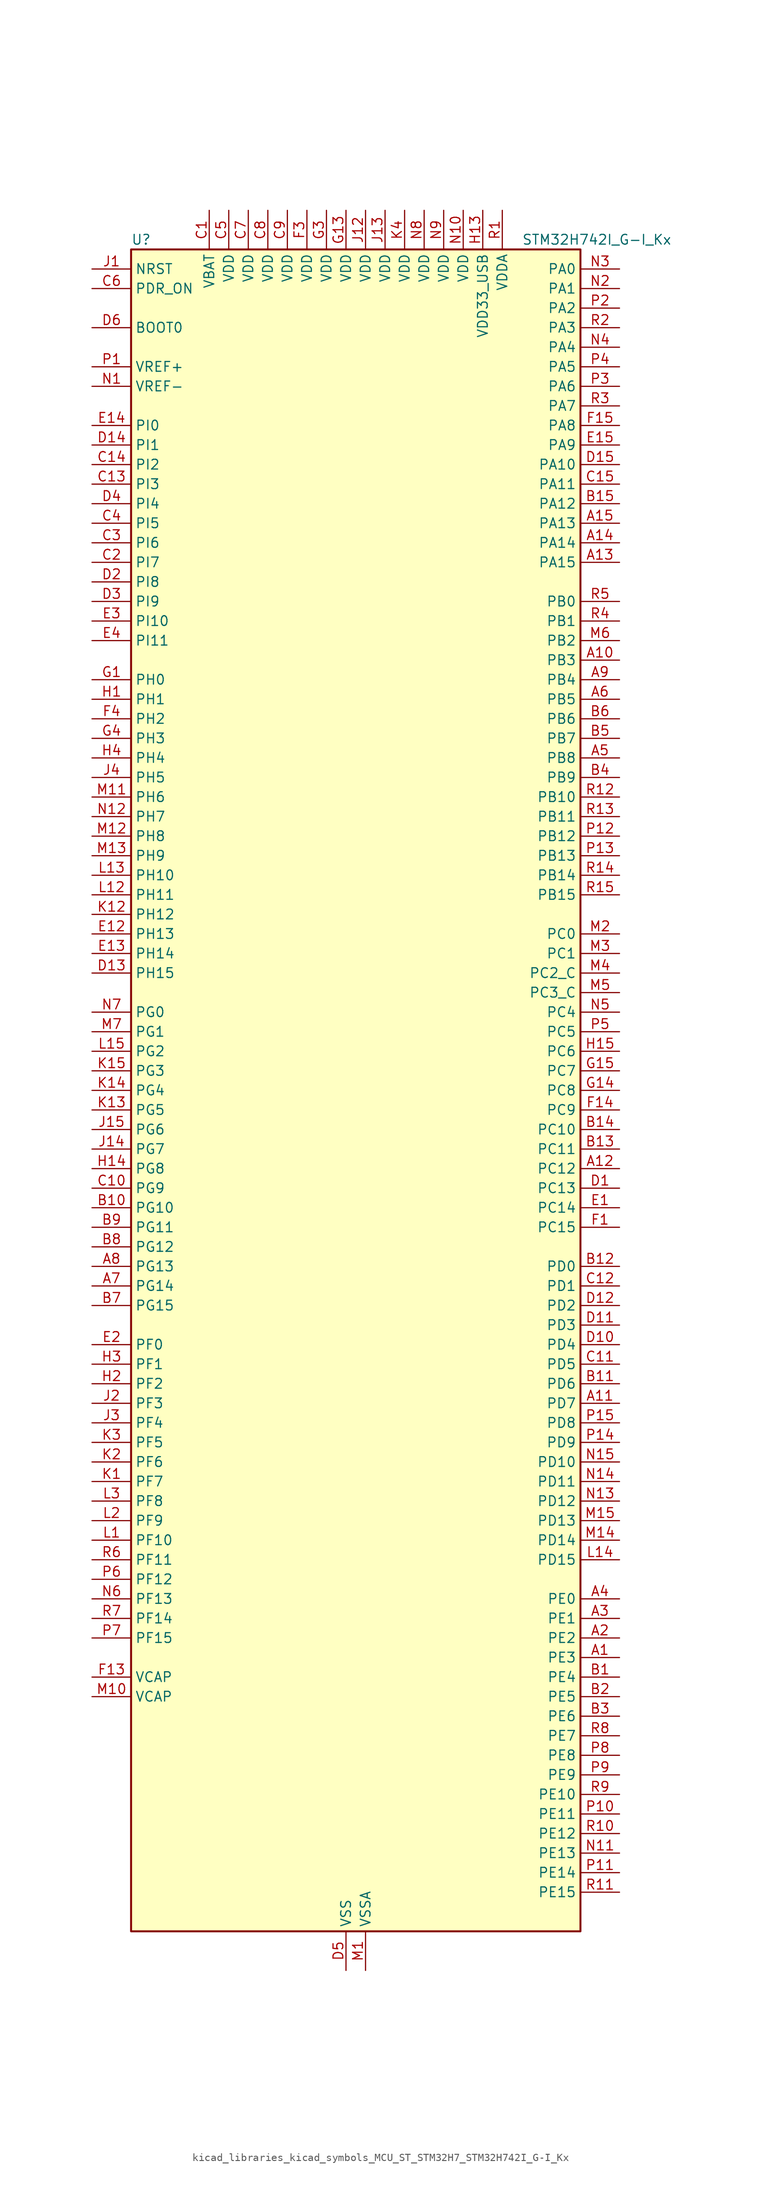
<source format=kicad_sym>
(kicad_symbol_lib
  (version 20220914)
  (generator kicad_symbol_editor)
  (symbol "kicad_libraries_kicad_symbols_MCU_ST_STM32H7_STM32H742I_G-I_Kx"
    (property "Reference" "U"
      (at -27.94 110.49 0)
      (effects (font (size 1.27 1.27)) (justify left)))
    (property "Value" "STM32H742I_G-I_Kx"
      (at 22.86 110.49 0)
      (effects (font (size 1.27 1.27)) (justify left)))
    (property "ki_locked" ""
      (at 0 0 0)
      (effects (font (size 1.27 1.27))))
    (symbol "kicad_libraries_kicad_symbols_MCU_ST_STM32H7_STM32H742I_G-I_Kx_0_1"
      (rectangle (start -27.94 -109.22) (end 30.48 109.22) (stroke (width 0.254) (type default)) (fill (type background))))
    (symbol "kicad_libraries_kicad_symbols_MCU_ST_STM32H7_STM32H742I_G-I_Kx_1_1"
      (pin bidirectional line (at 35.56 -73.66 180) (length 5.08) (name "PE3" (effects (font (size 1.27 1.27)))) (number "A1" (effects (font (size 1.27 1.27)))) (alternate "DEBUG_TRACED0" bidirectional line) (alternate "FMC_A19" bidirectional line) (alternate "SAI1_SD_B" bidirectional line) (alternate "SAI4_SD_B" bidirectional line) (alternate "TIM15_BKIN" bidirectional line))
      (pin bidirectional line (at 35.56 55.88 180) (length 5.08) (name "PB3" (effects (font (size 1.27 1.27)))) (number "A10" (effects (font (size 1.27 1.27)))) (alternate "CRS_SYNC" bidirectional line) (alternate "DEBUG_JTDO-SWO" bidirectional line) (alternate "HRTIM_FLT4" bidirectional line) (alternate "I2S1_CK" bidirectional line) (alternate "I2S3_CK" bidirectional line) (alternate "SDMMC2_D2" bidirectional line) (alternate "SPI1_SCK" bidirectional line) (alternate "SPI3_SCK" bidirectional line) (alternate "SPI6_SCK" bidirectional line) (alternate "TIM2_CH2" bidirectional line) (alternate "UART7_RX" bidirectional line))
      (pin bidirectional line (at 35.56 -40.64 180) (length 5.08) (name "PD7" (effects (font (size 1.27 1.27)))) (number "A11" (effects (font (size 1.27 1.27)))) (alternate "DFSDM1_CKIN1" bidirectional line) (alternate "DFSDM1_DATIN4" bidirectional line) (alternate "FMC_NE1" bidirectional line) (alternate "I2S1_SDO" bidirectional line) (alternate "SDMMC2_CMD" bidirectional line) (alternate "SPDIFRX1_IN0" bidirectional line) (alternate "SPI1_MOSI" bidirectional line) (alternate "USART2_CK" bidirectional line))
      (pin bidirectional line (at 35.56 -10.16 180) (length 5.08) (name "PC12" (effects (font (size 1.27 1.27)))) (number "A12" (effects (font (size 1.27 1.27)))) (alternate "DCMI_D9" bidirectional line) (alternate "DEBUG_TRACED3" bidirectional line) (alternate "HRTIM_EEV2" bidirectional line) (alternate "I2S3_SDO" bidirectional line) (alternate "SDMMC1_CK" bidirectional line) (alternate "SPI3_MOSI" bidirectional line) (alternate "UART5_TX" bidirectional line) (alternate "USART3_CK" bidirectional line))
      (pin bidirectional line (at 35.56 68.58 180) (length 5.08) (name "PA15" (effects (font (size 1.27 1.27)))) (number "A13" (effects (font (size 1.27 1.27)))) (alternate "ADC1_EXTI15" bidirectional line) (alternate "ADC2_EXTI15" bidirectional line) (alternate "ADC3_EXTI15" bidirectional line) (alternate "CEC" bidirectional line) (alternate "DEBUG_JTDI" bidirectional line) (alternate "HRTIM_FLT1" bidirectional line) (alternate "I2S1_WS" bidirectional line) (alternate "I2S3_WS" bidirectional line) (alternate "SPI1_NSS" bidirectional line) (alternate "SPI3_NSS" bidirectional line) (alternate "SPI6_NSS" bidirectional line) (alternate "TIM2_CH1" bidirectional line) (alternate "TIM2_ETR" bidirectional line) (alternate "UART4_DE" bidirectional line) (alternate "UART4_RTS" bidirectional line) (alternate "UART7_TX" bidirectional line))
      (pin bidirectional line (at 35.56 71.12 180) (length 5.08) (name "PA14" (effects (font (size 1.27 1.27)))) (number "A14" (effects (font (size 1.27 1.27)))) (alternate "DEBUG_JTCK-SWCLK" bidirectional line))
      (pin bidirectional line (at 35.56 73.66 180) (length 5.08) (name "PA13" (effects (font (size 1.27 1.27)))) (number "A15" (effects (font (size 1.27 1.27)))) (alternate "DEBUG_JTMS-SWDIO" bidirectional line))
      (pin bidirectional line (at 35.56 -71.12 180) (length 5.08) (name "PE2" (effects (font (size 1.27 1.27)))) (number "A2" (effects (font (size 1.27 1.27)))) (alternate "DEBUG_TRACECLK" bidirectional line) (alternate "ETH_TXD3" bidirectional line) (alternate "FMC_A23" bidirectional line) (alternate "QUADSPI_BK1_IO2" bidirectional line) (alternate "SAI1_CK1" bidirectional line) (alternate "SAI1_MCLK_A" bidirectional line) (alternate "SAI4_CK1" bidirectional line) (alternate "SAI4_MCLK_A" bidirectional line) (alternate "SPI4_SCK" bidirectional line))
      (pin bidirectional line (at 35.56 -68.58 180) (length 5.08) (name "PE1" (effects (font (size 1.27 1.27)))) (number "A3" (effects (font (size 1.27 1.27)))) (alternate "DCMI_D3" bidirectional line) (alternate "FMC_NBL1" bidirectional line) (alternate "HRTIM_SCOUT" bidirectional line) (alternate "LPTIM1_IN2" bidirectional line) (alternate "UART8_TX" bidirectional line))
      (pin bidirectional line (at 35.56 -66.04 180) (length 5.08) (name "PE0" (effects (font (size 1.27 1.27)))) (number "A4" (effects (font (size 1.27 1.27)))) (alternate "DCMI_D2" bidirectional line) (alternate "FMC_NBL0" bidirectional line) (alternate "HRTIM_SCIN" bidirectional line) (alternate "LPTIM1_ETR" bidirectional line) (alternate "LPTIM2_ETR" bidirectional line) (alternate "SAI2_MCLK_A" bidirectional line) (alternate "TIM4_ETR" bidirectional line) (alternate "UART8_RX" bidirectional line))
      (pin bidirectional line (at 35.56 43.18 180) (length 5.08) (name "PB8" (effects (font (size 1.27 1.27)))) (number "A5" (effects (font (size 1.27 1.27)))) (alternate "DCMI_D6" bidirectional line) (alternate "DFSDM1_CKIN7" bidirectional line) (alternate "ETH_TXD3" bidirectional line) (alternate "FDCAN1_RX" bidirectional line) (alternate "I2C1_SCL" bidirectional line) (alternate "I2C4_SCL" bidirectional line) (alternate "SDMMC1_CKIN" bidirectional line) (alternate "SDMMC1_D4" bidirectional line) (alternate "SDMMC2_D4" bidirectional line) (alternate "TIM16_CH1" bidirectional line) (alternate "TIM4_CH3" bidirectional line) (alternate "UART4_RX" bidirectional line))
      (pin bidirectional line (at 35.56 50.8 180) (length 5.08) (name "PB5" (effects (font (size 1.27 1.27)))) (number "A6" (effects (font (size 1.27 1.27)))) (alternate "DCMI_D10" bidirectional line) (alternate "ETH_PPS_OUT" bidirectional line) (alternate "FDCAN2_RX" bidirectional line) (alternate "FMC_SDCKE1" bidirectional line) (alternate "HRTIM_EEV7" bidirectional line) (alternate "I2C1_SMBA" bidirectional line) (alternate "I2C4_SMBA" bidirectional line) (alternate "I2S1_SDO" bidirectional line) (alternate "I2S3_SDO" bidirectional line) (alternate "SPI1_MOSI" bidirectional line) (alternate "SPI3_MOSI" bidirectional line) (alternate "SPI6_MOSI" bidirectional line) (alternate "TIM17_BKIN" bidirectional line) (alternate "TIM3_CH2" bidirectional line) (alternate "UART5_RX" bidirectional line) (alternate "USB_OTG_HS_ULPI_D7" bidirectional line))
      (pin bidirectional line (at -33.02 -25.4 0) (length 5.08) (name "PG14" (effects (font (size 1.27 1.27)))) (number "A7" (effects (font (size 1.27 1.27)))) (alternate "DEBUG_TRACED1" bidirectional line) (alternate "ETH_TXD1" bidirectional line) (alternate "FMC_A25" bidirectional line) (alternate "LPTIM1_ETR" bidirectional line) (alternate "QUADSPI_BK2_IO3" bidirectional line) (alternate "SPI6_MOSI" bidirectional line) (alternate "USART6_TX" bidirectional line))
      (pin bidirectional line (at -33.02 -22.86 0) (length 5.08) (name "PG13" (effects (font (size 1.27 1.27)))) (number "A8" (effects (font (size 1.27 1.27)))) (alternate "DEBUG_TRACED0" bidirectional line) (alternate "ETH_TXD0" bidirectional line) (alternate "FMC_A24" bidirectional line) (alternate "HRTIM_EEV10" bidirectional line) (alternate "LPTIM1_OUT" bidirectional line) (alternate "SPI6_SCK" bidirectional line) (alternate "USART6_CTS" bidirectional line) (alternate "USART6_NSS" bidirectional line))
      (pin bidirectional line (at 35.56 53.34 180) (length 5.08) (name "PB4" (effects (font (size 1.27 1.27)))) (number "A9" (effects (font (size 1.27 1.27)))) (alternate "DEBUG_JTRST" bidirectional line) (alternate "HRTIM_EEV6" bidirectional line) (alternate "I2S1_SDI" bidirectional line) (alternate "I2S2_WS" bidirectional line) (alternate "I2S3_SDI" bidirectional line) (alternate "SDMMC2_D3" bidirectional line) (alternate "SPI1_MISO" bidirectional line) (alternate "SPI2_NSS" bidirectional line) (alternate "SPI3_MISO" bidirectional line) (alternate "SPI6_MISO" bidirectional line) (alternate "TIM16_BKIN" bidirectional line) (alternate "TIM3_CH1" bidirectional line) (alternate "UART7_TX" bidirectional line))
      (pin bidirectional line (at 35.56 -76.2 180) (length 5.08) (name "PE4" (effects (font (size 1.27 1.27)))) (number "B1" (effects (font (size 1.27 1.27)))) (alternate "DCMI_D4" bidirectional line) (alternate "DEBUG_TRACED1" bidirectional line) (alternate "DFSDM1_DATIN3" bidirectional line) (alternate "FMC_A20" bidirectional line) (alternate "SAI1_D2" bidirectional line) (alternate "SAI1_FS_A" bidirectional line) (alternate "SAI4_D2" bidirectional line) (alternate "SAI4_FS_A" bidirectional line) (alternate "SPI4_NSS" bidirectional line) (alternate "TIM15_CH1N" bidirectional line))
      (pin bidirectional line (at -33.02 -15.24 0) (length 5.08) (name "PG10" (effects (font (size 1.27 1.27)))) (number "B10" (effects (font (size 1.27 1.27)))) (alternate "DCMI_D2" bidirectional line) (alternate "FMC_NE3" bidirectional line) (alternate "HRTIM_FLT5" bidirectional line) (alternate "I2S1_WS" bidirectional line) (alternate "SAI2_SD_B" bidirectional line) (alternate "SPI1_NSS" bidirectional line))
      (pin bidirectional line (at 35.56 -38.1 180) (length 5.08) (name "PD6" (effects (font (size 1.27 1.27)))) (number "B11" (effects (font (size 1.27 1.27)))) (alternate "DCMI_D10" bidirectional line) (alternate "DFSDM1_CKIN4" bidirectional line) (alternate "DFSDM1_DATIN1" bidirectional line) (alternate "FMC_NWAIT" bidirectional line) (alternate "I2S3_SDO" bidirectional line) (alternate "SAI1_D1" bidirectional line) (alternate "SAI1_SD_A" bidirectional line) (alternate "SAI4_D1" bidirectional line) (alternate "SAI4_SD_A" bidirectional line) (alternate "SDMMC2_CK" bidirectional line) (alternate "SPI3_MOSI" bidirectional line) (alternate "USART2_RX" bidirectional line))
      (pin bidirectional line (at 35.56 -22.86 180) (length 5.08) (name "PD0" (effects (font (size 1.27 1.27)))) (number "B12" (effects (font (size 1.27 1.27)))) (alternate "DFSDM1_CKIN6" bidirectional line) (alternate "FDCAN1_RX" bidirectional line) (alternate "FMC_D2" bidirectional line) (alternate "FMC_DA2" bidirectional line) (alternate "SAI3_SCK_A" bidirectional line) (alternate "UART4_RX" bidirectional line))
      (pin bidirectional line (at 35.56 -7.62 180) (length 5.08) (name "PC11" (effects (font (size 1.27 1.27)))) (number "B13" (effects (font (size 1.27 1.27)))) (alternate "ADC1_EXTI11" bidirectional line) (alternate "ADC2_EXTI11" bidirectional line) (alternate "ADC3_EXTI11" bidirectional line) (alternate "DCMI_D4" bidirectional line) (alternate "DFSDM1_DATIN5" bidirectional line) (alternate "HRTIM_FLT2" bidirectional line) (alternate "I2S3_SDI" bidirectional line) (alternate "QUADSPI_BK2_NCS" bidirectional line) (alternate "SDMMC1_D3" bidirectional line) (alternate "SPI3_MISO" bidirectional line) (alternate "UART4_RX" bidirectional line) (alternate "USART3_RX" bidirectional line))
      (pin bidirectional line (at 35.56 -5.08 180) (length 5.08) (name "PC10" (effects (font (size 1.27 1.27)))) (number "B14" (effects (font (size 1.27 1.27)))) (alternate "DCMI_D8" bidirectional line) (alternate "DFSDM1_CKIN5" bidirectional line) (alternate "HRTIM_EEV1" bidirectional line) (alternate "I2S3_CK" bidirectional line) (alternate "QUADSPI_BK1_IO1" bidirectional line) (alternate "SDMMC1_D2" bidirectional line) (alternate "SPI3_SCK" bidirectional line) (alternate "UART4_TX" bidirectional line) (alternate "USART3_TX" bidirectional line))
      (pin bidirectional line (at 35.56 76.2 180) (length 5.08) (name "PA12" (effects (font (size 1.27 1.27)))) (number "B15" (effects (font (size 1.27 1.27)))) (alternate "FDCAN1_TX" bidirectional line) (alternate "HRTIM_CHD2" bidirectional line) (alternate "I2S2_CK" bidirectional line) (alternate "LPUART1_DE" bidirectional line) (alternate "LPUART1_RTS" bidirectional line) (alternate "SAI2_FS_B" bidirectional line) (alternate "SPI2_SCK" bidirectional line) (alternate "TIM1_ETR" bidirectional line) (alternate "UART4_TX" bidirectional line) (alternate "USART1_DE" bidirectional line) (alternate "USART1_RTS" bidirectional line) (alternate "USB_OTG_FS_DP" bidirectional line))
      (pin bidirectional line (at 35.56 -78.74 180) (length 5.08) (name "PE5" (effects (font (size 1.27 1.27)))) (number "B2" (effects (font (size 1.27 1.27)))) (alternate "DCMI_D6" bidirectional line) (alternate "DEBUG_TRACED2" bidirectional line) (alternate "DFSDM1_CKIN3" bidirectional line) (alternate "FMC_A21" bidirectional line) (alternate "SAI1_CK2" bidirectional line) (alternate "SAI1_SCK_A" bidirectional line) (alternate "SAI4_CK2" bidirectional line) (alternate "SAI4_SCK_A" bidirectional line) (alternate "SPI4_MISO" bidirectional line) (alternate "TIM15_CH1" bidirectional line))
      (pin bidirectional line (at 35.56 -81.28 180) (length 5.08) (name "PE6" (effects (font (size 1.27 1.27)))) (number "B3" (effects (font (size 1.27 1.27)))) (alternate "DCMI_D7" bidirectional line) (alternate "DEBUG_TRACED3" bidirectional line) (alternate "FMC_A22" bidirectional line) (alternate "SAI1_D1" bidirectional line) (alternate "SAI1_SD_A" bidirectional line) (alternate "SAI2_MCLK_B" bidirectional line) (alternate "SAI4_D1" bidirectional line) (alternate "SAI4_SD_A" bidirectional line) (alternate "SPI4_MOSI" bidirectional line) (alternate "TIM15_CH2" bidirectional line) (alternate "TIM1_BKIN2" bidirectional line) (alternate "TIM1_BKIN2_COMP1" bidirectional line) (alternate "TIM1_BKIN2_COMP2" bidirectional line))
      (pin bidirectional line (at 35.56 40.64 180) (length 5.08) (name "PB9" (effects (font (size 1.27 1.27)))) (number "B4" (effects (font (size 1.27 1.27)))) (alternate "DAC1_EXTI9" bidirectional line) (alternate "DCMI_D7" bidirectional line) (alternate "DFSDM1_DATIN7" bidirectional line) (alternate "FDCAN1_TX" bidirectional line) (alternate "I2C1_SDA" bidirectional line) (alternate "I2C4_SDA" bidirectional line) (alternate "I2C4_SMBA" bidirectional line) (alternate "I2S2_WS" bidirectional line) (alternate "SDMMC1_CDIR" bidirectional line) (alternate "SDMMC1_D5" bidirectional line) (alternate "SDMMC2_D5" bidirectional line) (alternate "SPI2_NSS" bidirectional line) (alternate "TIM17_CH1" bidirectional line) (alternate "TIM4_CH4" bidirectional line) (alternate "UART4_TX" bidirectional line))
      (pin bidirectional line (at 35.56 45.72 180) (length 5.08) (name "PB7" (effects (font (size 1.27 1.27)))) (number "B5" (effects (font (size 1.27 1.27)))) (alternate "DCMI_VSYNC" bidirectional line) (alternate "DFSDM1_CKIN5" bidirectional line) (alternate "FMC_NL" bidirectional line) (alternate "HRTIM_EEV9" bidirectional line) (alternate "I2C1_SDA" bidirectional line) (alternate "I2C4_SDA" bidirectional line) (alternate "LPUART1_RX" bidirectional line) (alternate "PWR_PVD_IN" bidirectional line) (alternate "TIM17_CH1N" bidirectional line) (alternate "TIM4_CH2" bidirectional line) (alternate "USART1_RX" bidirectional line))
      (pin bidirectional line (at 35.56 48.26 180) (length 5.08) (name "PB6" (effects (font (size 1.27 1.27)))) (number "B6" (effects (font (size 1.27 1.27)))) (alternate "CEC" bidirectional line) (alternate "DCMI_D5" bidirectional line) (alternate "DFSDM1_DATIN5" bidirectional line) (alternate "FDCAN2_TX" bidirectional line) (alternate "FMC_SDNE1" bidirectional line) (alternate "HRTIM_EEV8" bidirectional line) (alternate "I2C1_SCL" bidirectional line) (alternate "I2C4_SCL" bidirectional line) (alternate "LPUART1_TX" bidirectional line) (alternate "QUADSPI_BK1_NCS" bidirectional line) (alternate "TIM16_CH1N" bidirectional line) (alternate "TIM4_CH1" bidirectional line) (alternate "UART5_TX" bidirectional line) (alternate "USART1_TX" bidirectional line))
      (pin bidirectional line (at -33.02 -27.94 0) (length 5.08) (name "PG15" (effects (font (size 1.27 1.27)))) (number "B7" (effects (font (size 1.27 1.27)))) (alternate "ADC1_EXTI15" bidirectional line) (alternate "ADC2_EXTI15" bidirectional line) (alternate "ADC3_EXTI15" bidirectional line) (alternate "DCMI_D13" bidirectional line) (alternate "FMC_SDNCAS" bidirectional line) (alternate "USART6_CTS" bidirectional line) (alternate "USART6_NSS" bidirectional line))
      (pin bidirectional line (at -33.02 -20.32 0) (length 5.08) (name "PG12" (effects (font (size 1.27 1.27)))) (number "B8" (effects (font (size 1.27 1.27)))) (alternate "ETH_TXD1" bidirectional line) (alternate "FMC_NE4" bidirectional line) (alternate "HRTIM_EEV5" bidirectional line) (alternate "LPTIM1_IN1" bidirectional line) (alternate "SPDIFRX1_IN1" bidirectional line) (alternate "SPI6_MISO" bidirectional line) (alternate "USART6_DE" bidirectional line) (alternate "USART6_RTS" bidirectional line))
      (pin bidirectional line (at -33.02 -17.78 0) (length 5.08) (name "PG11" (effects (font (size 1.27 1.27)))) (number "B9" (effects (font (size 1.27 1.27)))) (alternate "ADC1_EXTI11" bidirectional line) (alternate "ADC2_EXTI11" bidirectional line) (alternate "ADC3_EXTI11" bidirectional line) (alternate "DCMI_D3" bidirectional line) (alternate "ETH_TX_EN" bidirectional line) (alternate "HRTIM_EEV4" bidirectional line) (alternate "I2S1_CK" bidirectional line) (alternate "LPTIM1_IN2" bidirectional line) (alternate "SDMMC2_D2" bidirectional line) (alternate "SPDIFRX1_IN0" bidirectional line) (alternate "SPI1_SCK" bidirectional line))
      (pin power_in line (at -17.78 114.3 270) (length 5.08) (name "VBAT" (effects (font (size 1.27 1.27)))) (number "C1" (effects (font (size 1.27 1.27)))))
      (pin bidirectional line (at -33.02 -12.7 0) (length 5.08) (name "PG9" (effects (font (size 1.27 1.27)))) (number "C10" (effects (font (size 1.27 1.27)))) (alternate "DAC1_EXTI9" bidirectional line) (alternate "DCMI_VSYNC" bidirectional line) (alternate "FMC_NCE" bidirectional line) (alternate "FMC_NE2" bidirectional line) (alternate "I2S1_SDI" bidirectional line) (alternate "QUADSPI_BK2_IO2" bidirectional line) (alternate "SAI2_FS_B" bidirectional line) (alternate "SPDIFRX1_IN3" bidirectional line) (alternate "SPI1_MISO" bidirectional line) (alternate "USART6_RX" bidirectional line))
      (pin bidirectional line (at 35.56 -35.56 180) (length 5.08) (name "PD5" (effects (font (size 1.27 1.27)))) (number "C11" (effects (font (size 1.27 1.27)))) (alternate "FMC_NWE" bidirectional line) (alternate "HRTIM_EEV3" bidirectional line) (alternate "USART2_TX" bidirectional line))
      (pin bidirectional line (at 35.56 -25.4 180) (length 5.08) (name "PD1" (effects (font (size 1.27 1.27)))) (number "C12" (effects (font (size 1.27 1.27)))) (alternate "DFSDM1_DATIN6" bidirectional line) (alternate "FDCAN1_TX" bidirectional line) (alternate "FMC_D3" bidirectional line) (alternate "FMC_DA3" bidirectional line) (alternate "SAI3_SD_A" bidirectional line) (alternate "UART4_TX" bidirectional line))
      (pin bidirectional line (at -33.02 78.74 0) (length 5.08) (name "PI3" (effects (font (size 1.27 1.27)))) (number "C13" (effects (font (size 1.27 1.27)))) (alternate "DCMI_D10" bidirectional line) (alternate "FMC_D27" bidirectional line) (alternate "I2S2_SDO" bidirectional line) (alternate "SPI2_MOSI" bidirectional line) (alternate "TIM8_ETR" bidirectional line))
      (pin bidirectional line (at -33.02 81.28 0) (length 5.08) (name "PI2" (effects (font (size 1.27 1.27)))) (number "C14" (effects (font (size 1.27 1.27)))) (alternate "DCMI_D9" bidirectional line) (alternate "FMC_D26" bidirectional line) (alternate "I2S2_SDI" bidirectional line) (alternate "SPI2_MISO" bidirectional line) (alternate "TIM8_CH4" bidirectional line))
      (pin bidirectional line (at 35.56 78.74 180) (length 5.08) (name "PA11" (effects (font (size 1.27 1.27)))) (number "C15" (effects (font (size 1.27 1.27)))) (alternate "ADC1_EXTI11" bidirectional line) (alternate "ADC2_EXTI11" bidirectional line) (alternate "ADC3_EXTI11" bidirectional line) (alternate "FDCAN1_RX" bidirectional line) (alternate "HRTIM_CHD1" bidirectional line) (alternate "I2S2_WS" bidirectional line) (alternate "LPUART1_CTS" bidirectional line) (alternate "SPI2_NSS" bidirectional line) (alternate "TIM1_CH4" bidirectional line) (alternate "UART4_RX" bidirectional line) (alternate "USART1_CTS" bidirectional line) (alternate "USART1_NSS" bidirectional line) (alternate "USB_OTG_FS_DM" bidirectional line))
      (pin bidirectional line (at -33.02 68.58 0) (length 5.08) (name "PI7" (effects (font (size 1.27 1.27)))) (number "C2" (effects (font (size 1.27 1.27)))) (alternate "DCMI_D7" bidirectional line) (alternate "FMC_D29" bidirectional line) (alternate "SAI2_FS_A" bidirectional line) (alternate "TIM8_CH3" bidirectional line))
      (pin bidirectional line (at -33.02 71.12 0) (length 5.08) (name "PI6" (effects (font (size 1.27 1.27)))) (number "C3" (effects (font (size 1.27 1.27)))) (alternate "DCMI_D6" bidirectional line) (alternate "FMC_D28" bidirectional line) (alternate "SAI2_SD_A" bidirectional line) (alternate "TIM8_CH2" bidirectional line))
      (pin bidirectional line (at -33.02 73.66 0) (length 5.08) (name "PI5" (effects (font (size 1.27 1.27)))) (number "C4" (effects (font (size 1.27 1.27)))) (alternate "DCMI_VSYNC" bidirectional line) (alternate "FMC_NBL3" bidirectional line) (alternate "SAI2_SCK_A" bidirectional line) (alternate "TIM8_CH1" bidirectional line))
      (pin power_in line (at -15.24 114.3 270) (length 5.08) (name "VDD" (effects (font (size 1.27 1.27)))) (number "C5" (effects (font (size 1.27 1.27)))))
      (pin input line (at -33.02 104.14 0) (length 5.08) (name "PDR_ON" (effects (font (size 1.27 1.27)))) (number "C6" (effects (font (size 1.27 1.27)))))
      (pin power_in line (at -12.7 114.3 270) (length 5.08) (name "VDD" (effects (font (size 1.27 1.27)))) (number "C7" (effects (font (size 1.27 1.27)))))
      (pin power_in line (at -10.16 114.3 270) (length 5.08) (name "VDD" (effects (font (size 1.27 1.27)))) (number "C8" (effects (font (size 1.27 1.27)))))
      (pin power_in line (at -7.62 114.3 270) (length 5.08) (name "VDD" (effects (font (size 1.27 1.27)))) (number "C9" (effects (font (size 1.27 1.27)))))
      (pin bidirectional line (at 35.56 -12.7 180) (length 5.08) (name "PC13" (effects (font (size 1.27 1.27)))) (number "D1" (effects (font (size 1.27 1.27)))) (alternate "PWR_WKUP2" bidirectional line) (alternate "RTC_OUT_ALARM" bidirectional line) (alternate "RTC_OUT_CALIB" bidirectional line) (alternate "RTC_TAMP1" bidirectional line) (alternate "RTC_TS" bidirectional line))
      (pin bidirectional line (at 35.56 -33.02 180) (length 5.08) (name "PD4" (effects (font (size 1.27 1.27)))) (number "D10" (effects (font (size 1.27 1.27)))) (alternate "FMC_NOE" bidirectional line) (alternate "HRTIM_FLT3" bidirectional line) (alternate "SAI3_FS_A" bidirectional line) (alternate "USART2_DE" bidirectional line) (alternate "USART2_RTS" bidirectional line))
      (pin bidirectional line (at 35.56 -30.48 180) (length 5.08) (name "PD3" (effects (font (size 1.27 1.27)))) (number "D11" (effects (font (size 1.27 1.27)))) (alternate "DCMI_D5" bidirectional line) (alternate "DFSDM1_CKOUT" bidirectional line) (alternate "FMC_CLK" bidirectional line) (alternate "I2S2_CK" bidirectional line) (alternate "SPI2_SCK" bidirectional line) (alternate "USART2_CTS" bidirectional line) (alternate "USART2_NSS" bidirectional line))
      (pin bidirectional line (at 35.56 -27.94 180) (length 5.08) (name "PD2" (effects (font (size 1.27 1.27)))) (number "D12" (effects (font (size 1.27 1.27)))) (alternate "DCMI_D11" bidirectional line) (alternate "DEBUG_TRACED2" bidirectional line) (alternate "SDMMC1_CMD" bidirectional line) (alternate "TIM3_ETR" bidirectional line) (alternate "UART5_RX" bidirectional line))
      (pin bidirectional line (at -33.02 15.24 0) (length 5.08) (name "PH15" (effects (font (size 1.27 1.27)))) (number "D13" (effects (font (size 1.27 1.27)))) (alternate "ADC1_EXTI15" bidirectional line) (alternate "ADC2_EXTI15" bidirectional line) (alternate "ADC3_EXTI15" bidirectional line) (alternate "DCMI_D11" bidirectional line) (alternate "FMC_D23" bidirectional line) (alternate "TIM8_CH3N" bidirectional line))
      (pin bidirectional line (at -33.02 83.82 0) (length 5.08) (name "PI1" (effects (font (size 1.27 1.27)))) (number "D14" (effects (font (size 1.27 1.27)))) (alternate "DCMI_D8" bidirectional line) (alternate "FMC_D25" bidirectional line) (alternate "I2S2_CK" bidirectional line) (alternate "SPI2_SCK" bidirectional line) (alternate "TIM8_BKIN2" bidirectional line) (alternate "TIM8_BKIN2_COMP1" bidirectional line) (alternate "TIM8_BKIN2_COMP2" bidirectional line))
      (pin bidirectional line (at 35.56 81.28 180) (length 5.08) (name "PA10" (effects (font (size 1.27 1.27)))) (number "D15" (effects (font (size 1.27 1.27)))) (alternate "DCMI_D1" bidirectional line) (alternate "HRTIM_CHC2" bidirectional line) (alternate "LPUART1_RX" bidirectional line) (alternate "MDIOS_MDIO" bidirectional line) (alternate "TIM1_CH3" bidirectional line) (alternate "USART1_RX" bidirectional line) (alternate "USB_OTG_FS_ID" bidirectional line))
      (pin bidirectional line (at -33.02 66.04 0) (length 5.08) (name "PI8" (effects (font (size 1.27 1.27)))) (number "D2" (effects (font (size 1.27 1.27)))) (alternate "PWR_WKUP3" bidirectional line) (alternate "RTC_TAMP2" bidirectional line))
      (pin bidirectional line (at -33.02 63.5 0) (length 5.08) (name "PI9" (effects (font (size 1.27 1.27)))) (number "D3" (effects (font (size 1.27 1.27)))) (alternate "DAC1_EXTI9" bidirectional line) (alternate "FDCAN1_RX" bidirectional line) (alternate "FMC_D30" bidirectional line) (alternate "UART4_RX" bidirectional line))
      (pin bidirectional line (at -33.02 76.2 0) (length 5.08) (name "PI4" (effects (font (size 1.27 1.27)))) (number "D4" (effects (font (size 1.27 1.27)))) (alternate "DCMI_D5" bidirectional line) (alternate "FMC_NBL2" bidirectional line) (alternate "SAI2_MCLK_A" bidirectional line) (alternate "TIM8_BKIN" bidirectional line) (alternate "TIM8_BKIN_COMP1" bidirectional line) (alternate "TIM8_BKIN_COMP2" bidirectional line))
      (pin power_in line (at 0 -114.3 90) (length 5.08) (name "VSS" (effects (font (size 1.27 1.27)))) (number "D5" (effects (font (size 1.27 1.27)))))
      (pin input line (at -33.02 99.06 0) (length 5.08) (name "BOOT0" (effects (font (size 1.27 1.27)))) (number "D6" (effects (font (size 1.27 1.27)))))
      (pin passive line (at 0 -114.3 90) (length 5.08) hide (name "VSS" (effects (font (size 1.27 1.27)))) (number "D7" (effects (font (size 1.27 1.27)))))
      (pin passive line (at 0 -114.3 90) (length 5.08) hide (name "VSS" (effects (font (size 1.27 1.27)))) (number "D8" (effects (font (size 1.27 1.27)))))
      (pin passive line (at 0 -114.3 90) (length 5.08) hide (name "VSS" (effects (font (size 1.27 1.27)))) (number "D9" (effects (font (size 1.27 1.27)))))
      (pin bidirectional line (at 35.56 -15.24 180) (length 5.08) (name "PC14" (effects (font (size 1.27 1.27)))) (number "E1" (effects (font (size 1.27 1.27)))) (alternate "RCC_OSC32_IN" bidirectional line))
      (pin bidirectional line (at -33.02 20.32 0) (length 5.08) (name "PH13" (effects (font (size 1.27 1.27)))) (number "E12" (effects (font (size 1.27 1.27)))) (alternate "FDCAN1_TX" bidirectional line) (alternate "FMC_D21" bidirectional line) (alternate "TIM8_CH1N" bidirectional line) (alternate "UART4_TX" bidirectional line))
      (pin bidirectional line (at -33.02 17.78 0) (length 5.08) (name "PH14" (effects (font (size 1.27 1.27)))) (number "E13" (effects (font (size 1.27 1.27)))) (alternate "DCMI_D4" bidirectional line) (alternate "FDCAN1_RX" bidirectional line) (alternate "FMC_D22" bidirectional line) (alternate "TIM8_CH2N" bidirectional line) (alternate "UART4_RX" bidirectional line))
      (pin bidirectional line (at -33.02 86.36 0) (length 5.08) (name "PI0" (effects (font (size 1.27 1.27)))) (number "E14" (effects (font (size 1.27 1.27)))) (alternate "DCMI_D13" bidirectional line) (alternate "FMC_D24" bidirectional line) (alternate "I2S2_WS" bidirectional line) (alternate "SPI2_NSS" bidirectional line) (alternate "TIM5_CH4" bidirectional line))
      (pin bidirectional line (at 35.56 83.82 180) (length 5.08) (name "PA9" (effects (font (size 1.27 1.27)))) (number "E15" (effects (font (size 1.27 1.27)))) (alternate "DAC1_EXTI9" bidirectional line) (alternate "DCMI_D0" bidirectional line) (alternate "HRTIM_CHC1" bidirectional line) (alternate "I2C3_SMBA" bidirectional line) (alternate "I2S2_CK" bidirectional line) (alternate "LPUART1_TX" bidirectional line) (alternate "SPI2_SCK" bidirectional line) (alternate "TIM1_CH2" bidirectional line) (alternate "USART1_TX" bidirectional line) (alternate "USB_OTG_FS_VBUS" bidirectional line))
      (pin bidirectional line (at -33.02 -33.02 0) (length 5.08) (name "PF0" (effects (font (size 1.27 1.27)))) (number "E2" (effects (font (size 1.27 1.27)))) (alternate "FMC_A0" bidirectional line) (alternate "I2C2_SDA" bidirectional line))
      (pin bidirectional line (at -33.02 60.96 0) (length 5.08) (name "PI10" (effects (font (size 1.27 1.27)))) (number "E3" (effects (font (size 1.27 1.27)))) (alternate "ETH_RX_ER" bidirectional line) (alternate "FMC_D31" bidirectional line))
      (pin bidirectional line (at -33.02 58.42 0) (length 5.08) (name "PI11" (effects (font (size 1.27 1.27)))) (number "E4" (effects (font (size 1.27 1.27)))) (alternate "ADC1_EXTI11" bidirectional line) (alternate "ADC2_EXTI11" bidirectional line) (alternate "ADC3_EXTI11" bidirectional line) (alternate "PWR_WKUP4" bidirectional line) (alternate "USB_OTG_HS_ULPI_DIR" bidirectional line))
      (pin bidirectional line (at 35.56 -17.78 180) (length 5.08) (name "PC15" (effects (font (size 1.27 1.27)))) (number "F1" (effects (font (size 1.27 1.27)))) (alternate "ADC1_EXTI15" bidirectional line) (alternate "ADC2_EXTI15" bidirectional line) (alternate "ADC3_EXTI15" bidirectional line) (alternate "RCC_OSC32_OUT" bidirectional line))
      (pin passive line (at 0 -114.3 90) (length 5.08) hide (name "VSS" (effects (font (size 1.27 1.27)))) (number "F10" (effects (font (size 1.27 1.27)))))
      (pin passive line (at 0 -114.3 90) (length 5.08) hide (name "VSS" (effects (font (size 1.27 1.27)))) (number "F12" (effects (font (size 1.27 1.27)))))
      (pin power_out line (at -33.02 -76.2 0) (length 5.08) (name "VCAP" (effects (font (size 1.27 1.27)))) (number "F13" (effects (font (size 1.27 1.27)))))
      (pin bidirectional line (at 35.56 -2.54 180) (length 5.08) (name "PC9" (effects (font (size 1.27 1.27)))) (number "F14" (effects (font (size 1.27 1.27)))) (alternate "DAC1_EXTI9" bidirectional line) (alternate "DCMI_D3" bidirectional line) (alternate "I2C3_SDA" bidirectional line) (alternate "I2S_CKIN" bidirectional line) (alternate "QUADSPI_BK1_IO0" bidirectional line) (alternate "RCC_MCO_2" bidirectional line) (alternate "SDMMC1_D1" bidirectional line) (alternate "SWPMI1_SUSPEND" bidirectional line) (alternate "TIM3_CH4" bidirectional line) (alternate "TIM8_CH4" bidirectional line) (alternate "UART5_CTS" bidirectional line))
      (pin bidirectional line (at 35.56 86.36 180) (length 5.08) (name "PA8" (effects (font (size 1.27 1.27)))) (number "F15" (effects (font (size 1.27 1.27)))) (alternate "HRTIM_CHB2" bidirectional line) (alternate "I2C3_SCL" bidirectional line) (alternate "RCC_MCO_1" bidirectional line) (alternate "TIM1_CH1" bidirectional line) (alternate "TIM8_BKIN2" bidirectional line) (alternate "TIM8_BKIN2_COMP1" bidirectional line) (alternate "TIM8_BKIN2_COMP2" bidirectional line) (alternate "UART7_RX" bidirectional line) (alternate "USART1_CK" bidirectional line) (alternate "USB_OTG_FS_SOF" bidirectional line))
      (pin passive line (at 0 -114.3 90) (length 5.08) hide (name "VSS" (effects (font (size 1.27 1.27)))) (number "F2" (effects (font (size 1.27 1.27)))))
      (pin power_in line (at -5.08 114.3 270) (length 5.08) (name "VDD" (effects (font (size 1.27 1.27)))) (number "F3" (effects (font (size 1.27 1.27)))))
      (pin bidirectional line (at -33.02 48.26 0) (length 5.08) (name "PH2" (effects (font (size 1.27 1.27)))) (number "F4" (effects (font (size 1.27 1.27)))) (alternate "ADC3_INP13" bidirectional line) (alternate "ETH_CRS" bidirectional line) (alternate "FMC_SDCKE0" bidirectional line) (alternate "LPTIM1_IN2" bidirectional line) (alternate "QUADSPI_BK2_IO0" bidirectional line) (alternate "SAI2_SCK_B" bidirectional line))
      (pin passive line (at 0 -114.3 90) (length 5.08) hide (name "VSS" (effects (font (size 1.27 1.27)))) (number "F6" (effects (font (size 1.27 1.27)))))
      (pin passive line (at 0 -114.3 90) (length 5.08) hide (name "VSS" (effects (font (size 1.27 1.27)))) (number "F7" (effects (font (size 1.27 1.27)))))
      (pin passive line (at 0 -114.3 90) (length 5.08) hide (name "VSS" (effects (font (size 1.27 1.27)))) (number "F8" (effects (font (size 1.27 1.27)))))
      (pin passive line (at 0 -114.3 90) (length 5.08) hide (name "VSS" (effects (font (size 1.27 1.27)))) (number "F9" (effects (font (size 1.27 1.27)))))
      (pin bidirectional line (at -33.02 53.34 0) (length 5.08) (name "PH0" (effects (font (size 1.27 1.27)))) (number "G1" (effects (font (size 1.27 1.27)))) (alternate "RCC_OSC_IN" bidirectional line))
      (pin passive line (at 0 -114.3 90) (length 5.08) hide (name "VSS" (effects (font (size 1.27 1.27)))) (number "G10" (effects (font (size 1.27 1.27)))))
      (pin passive line (at 0 -114.3 90) (length 5.08) hide (name "VSS" (effects (font (size 1.27 1.27)))) (number "G12" (effects (font (size 1.27 1.27)))))
      (pin power_in line (at 0 114.3 270) (length 5.08) (name "VDD" (effects (font (size 1.27 1.27)))) (number "G13" (effects (font (size 1.27 1.27)))))
      (pin bidirectional line (at 35.56 0 180) (length 5.08) (name "PC8" (effects (font (size 1.27 1.27)))) (number "G14" (effects (font (size 1.27 1.27)))) (alternate "DCMI_D2" bidirectional line) (alternate "DEBUG_TRACED1" bidirectional line) (alternate "FMC_NCE" bidirectional line) (alternate "FMC_NE2" bidirectional line) (alternate "HRTIM_CHB1" bidirectional line) (alternate "SDMMC1_D0" bidirectional line) (alternate "SWPMI1_RX" bidirectional line) (alternate "TIM3_CH3" bidirectional line) (alternate "TIM8_CH3" bidirectional line) (alternate "UART5_DE" bidirectional line) (alternate "UART5_RTS" bidirectional line) (alternate "USART6_CK" bidirectional line))
      (pin bidirectional line (at 35.56 2.54 180) (length 5.08) (name "PC7" (effects (font (size 1.27 1.27)))) (number "G15" (effects (font (size 1.27 1.27)))) (alternate "DCMI_D1" bidirectional line) (alternate "DEBUG_TRGIO" bidirectional line) (alternate "DFSDM1_DATIN3" bidirectional line) (alternate "FMC_NE1" bidirectional line) (alternate "HRTIM_CHA2" bidirectional line) (alternate "I2S3_MCK" bidirectional line) (alternate "SDMMC1_D123DIR" bidirectional line) (alternate "SDMMC1_D7" bidirectional line) (alternate "SDMMC2_D7" bidirectional line) (alternate "SWPMI1_TX" bidirectional line) (alternate "TIM3_CH2" bidirectional line) (alternate "TIM8_CH2" bidirectional line) (alternate "USART6_RX" bidirectional line))
      (pin passive line (at 0 -114.3 90) (length 5.08) hide (name "VSS" (effects (font (size 1.27 1.27)))) (number "G2" (effects (font (size 1.27 1.27)))))
      (pin power_in line (at -2.54 114.3 270) (length 5.08) (name "VDD" (effects (font (size 1.27 1.27)))) (number "G3" (effects (font (size 1.27 1.27)))))
      (pin bidirectional line (at -33.02 45.72 0) (length 5.08) (name "PH3" (effects (font (size 1.27 1.27)))) (number "G4" (effects (font (size 1.27 1.27)))) (alternate "ADC3_INN13" bidirectional line) (alternate "ADC3_INP14" bidirectional line) (alternate "ETH_COL" bidirectional line) (alternate "FMC_SDNE0" bidirectional line) (alternate "QUADSPI_BK2_IO1" bidirectional line) (alternate "SAI2_MCLK_B" bidirectional line))
      (pin passive line (at 0 -114.3 90) (length 5.08) hide (name "VSS" (effects (font (size 1.27 1.27)))) (number "G6" (effects (font (size 1.27 1.27)))))
      (pin passive line (at 0 -114.3 90) (length 5.08) hide (name "VSS" (effects (font (size 1.27 1.27)))) (number "G7" (effects (font (size 1.27 1.27)))))
      (pin passive line (at 0 -114.3 90) (length 5.08) hide (name "VSS" (effects (font (size 1.27 1.27)))) (number "G8" (effects (font (size 1.27 1.27)))))
      (pin passive line (at 0 -114.3 90) (length 5.08) hide (name "VSS" (effects (font (size 1.27 1.27)))) (number "G9" (effects (font (size 1.27 1.27)))))
      (pin bidirectional line (at -33.02 50.8 0) (length 5.08) (name "PH1" (effects (font (size 1.27 1.27)))) (number "H1" (effects (font (size 1.27 1.27)))) (alternate "RCC_OSC_OUT" bidirectional line))
      (pin passive line (at 0 -114.3 90) (length 5.08) hide (name "VSS" (effects (font (size 1.27 1.27)))) (number "H10" (effects (font (size 1.27 1.27)))))
      (pin passive line (at 0 -114.3 90) (length 5.08) hide (name "VSS" (effects (font (size 1.27 1.27)))) (number "H12" (effects (font (size 1.27 1.27)))))
      (pin power_in line (at 17.78 114.3 270) (length 5.08) (name "VDD33_USB" (effects (font (size 1.27 1.27)))) (number "H13" (effects (font (size 1.27 1.27)))))
      (pin bidirectional line (at -33.02 -10.16 0) (length 5.08) (name "PG8" (effects (font (size 1.27 1.27)))) (number "H14" (effects (font (size 1.27 1.27)))) (alternate "ETH_PPS_OUT" bidirectional line) (alternate "FMC_SDCLK" bidirectional line) (alternate "SPDIFRX1_IN2" bidirectional line) (alternate "SPI6_NSS" bidirectional line) (alternate "TIM8_ETR" bidirectional line) (alternate "USART6_DE" bidirectional line) (alternate "USART6_RTS" bidirectional line))
      (pin bidirectional line (at 35.56 5.08 180) (length 5.08) (name "PC6" (effects (font (size 1.27 1.27)))) (number "H15" (effects (font (size 1.27 1.27)))) (alternate "DCMI_D0" bidirectional line) (alternate "DFSDM1_CKIN3" bidirectional line) (alternate "FMC_NWAIT" bidirectional line) (alternate "HRTIM_CHA1" bidirectional line) (alternate "I2S2_MCK" bidirectional line) (alternate "SDMMC1_D0DIR" bidirectional line) (alternate "SDMMC1_D6" bidirectional line) (alternate "SDMMC2_D6" bidirectional line) (alternate "SWPMI1_IO" bidirectional line) (alternate "TIM3_CH1" bidirectional line) (alternate "TIM8_CH1" bidirectional line) (alternate "USART6_TX" bidirectional line))
      (pin bidirectional line (at -33.02 -38.1 0) (length 5.08) (name "PF2" (effects (font (size 1.27 1.27)))) (number "H2" (effects (font (size 1.27 1.27)))) (alternate "FMC_A2" bidirectional line) (alternate "I2C2_SMBA" bidirectional line))
      (pin bidirectional line (at -33.02 -35.56 0) (length 5.08) (name "PF1" (effects (font (size 1.27 1.27)))) (number "H3" (effects (font (size 1.27 1.27)))) (alternate "FMC_A1" bidirectional line) (alternate "I2C2_SCL" bidirectional line))
      (pin bidirectional line (at -33.02 43.18 0) (length 5.08) (name "PH4" (effects (font (size 1.27 1.27)))) (number "H4" (effects (font (size 1.27 1.27)))) (alternate "ADC3_INN14" bidirectional line) (alternate "ADC3_INP15" bidirectional line) (alternate "I2C2_SCL" bidirectional line) (alternate "USB_OTG_HS_ULPI_NXT" bidirectional line))
      (pin passive line (at 0 -114.3 90) (length 5.08) hide (name "VSS" (effects (font (size 1.27 1.27)))) (number "H6" (effects (font (size 1.27 1.27)))))
      (pin passive line (at 0 -114.3 90) (length 5.08) hide (name "VSS" (effects (font (size 1.27 1.27)))) (number "H7" (effects (font (size 1.27 1.27)))))
      (pin passive line (at 0 -114.3 90) (length 5.08) hide (name "VSS" (effects (font (size 1.27 1.27)))) (number "H8" (effects (font (size 1.27 1.27)))))
      (pin passive line (at 0 -114.3 90) (length 5.08) hide (name "VSS" (effects (font (size 1.27 1.27)))) (number "H9" (effects (font (size 1.27 1.27)))))
      (pin input line (at -33.02 106.68 0) (length 5.08) (name "NRST" (effects (font (size 1.27 1.27)))) (number "J1" (effects (font (size 1.27 1.27)))))
      (pin passive line (at 0 -114.3 90) (length 5.08) hide (name "VSS" (effects (font (size 1.27 1.27)))) (number "J10" (effects (font (size 1.27 1.27)))))
      (pin power_in line (at 2.54 114.3 270) (length 5.08) (name "VDD" (effects (font (size 1.27 1.27)))) (number "J12" (effects (font (size 1.27 1.27)))))
      (pin power_in line (at 5.08 114.3 270) (length 5.08) (name "VDD" (effects (font (size 1.27 1.27)))) (number "J13" (effects (font (size 1.27 1.27)))))
      (pin bidirectional line (at -33.02 -7.62 0) (length 5.08) (name "PG7" (effects (font (size 1.27 1.27)))) (number "J14" (effects (font (size 1.27 1.27)))) (alternate "DCMI_D13" bidirectional line) (alternate "FMC_INT" bidirectional line) (alternate "HRTIM_CHE2" bidirectional line) (alternate "SAI1_MCLK_A" bidirectional line) (alternate "USART6_CK" bidirectional line))
      (pin bidirectional line (at -33.02 -5.08 0) (length 5.08) (name "PG6" (effects (font (size 1.27 1.27)))) (number "J15" (effects (font (size 1.27 1.27)))) (alternate "DCMI_D12" bidirectional line) (alternate "FMC_NE3" bidirectional line) (alternate "HRTIM_CHE1" bidirectional line) (alternate "QUADSPI_BK1_NCS" bidirectional line) (alternate "TIM17_BKIN" bidirectional line))
      (pin bidirectional line (at -33.02 -40.64 0) (length 5.08) (name "PF3" (effects (font (size 1.27 1.27)))) (number "J2" (effects (font (size 1.27 1.27)))) (alternate "ADC3_INP5" bidirectional line) (alternate "FMC_A3" bidirectional line))
      (pin bidirectional line (at -33.02 -43.18 0) (length 5.08) (name "PF4" (effects (font (size 1.27 1.27)))) (number "J3" (effects (font (size 1.27 1.27)))) (alternate "ADC3_INN5" bidirectional line) (alternate "ADC3_INP9" bidirectional line) (alternate "FMC_A4" bidirectional line))
      (pin bidirectional line (at -33.02 40.64 0) (length 5.08) (name "PH5" (effects (font (size 1.27 1.27)))) (number "J4" (effects (font (size 1.27 1.27)))) (alternate "ADC3_INN15" bidirectional line) (alternate "ADC3_INP16" bidirectional line) (alternate "FMC_SDNWE" bidirectional line) (alternate "I2C2_SDA" bidirectional line) (alternate "SPI5_NSS" bidirectional line))
      (pin passive line (at 0 -114.3 90) (length 5.08) hide (name "VSS" (effects (font (size 1.27 1.27)))) (number "J6" (effects (font (size 1.27 1.27)))))
      (pin passive line (at 0 -114.3 90) (length 5.08) hide (name "VSS" (effects (font (size 1.27 1.27)))) (number "J7" (effects (font (size 1.27 1.27)))))
      (pin passive line (at 0 -114.3 90) (length 5.08) hide (name "VSS" (effects (font (size 1.27 1.27)))) (number "J8" (effects (font (size 1.27 1.27)))))
      (pin passive line (at 0 -114.3 90) (length 5.08) hide (name "VSS" (effects (font (size 1.27 1.27)))) (number "J9" (effects (font (size 1.27 1.27)))))
      (pin bidirectional line (at -33.02 -50.8 0) (length 5.08) (name "PF7" (effects (font (size 1.27 1.27)))) (number "K1" (effects (font (size 1.27 1.27)))) (alternate "ADC3_INP3" bidirectional line) (alternate "QUADSPI_BK1_IO2" bidirectional line) (alternate "SAI1_MCLK_B" bidirectional line) (alternate "SAI4_MCLK_B" bidirectional line) (alternate "SPI5_SCK" bidirectional line) (alternate "TIM17_CH1" bidirectional line) (alternate "UART7_TX" bidirectional line))
      (pin passive line (at 0 -114.3 90) (length 5.08) hide (name "VSS" (effects (font (size 1.27 1.27)))) (number "K10" (effects (font (size 1.27 1.27)))))
      (pin bidirectional line (at -33.02 22.86 0) (length 5.08) (name "PH12" (effects (font (size 1.27 1.27)))) (number "K12" (effects (font (size 1.27 1.27)))) (alternate "DCMI_D3" bidirectional line) (alternate "FMC_D20" bidirectional line) (alternate "I2C4_SDA" bidirectional line) (alternate "TIM5_CH3" bidirectional line))
      (pin bidirectional line (at -33.02 -2.54 0) (length 5.08) (name "PG5" (effects (font (size 1.27 1.27)))) (number "K13" (effects (font (size 1.27 1.27)))) (alternate "FMC_A15" bidirectional line) (alternate "FMC_BA1" bidirectional line) (alternate "TIM1_ETR" bidirectional line))
      (pin bidirectional line (at -33.02 0 0) (length 5.08) (name "PG4" (effects (font (size 1.27 1.27)))) (number "K14" (effects (font (size 1.27 1.27)))) (alternate "FMC_A14" bidirectional line) (alternate "FMC_BA0" bidirectional line) (alternate "TIM1_BKIN2" bidirectional line) (alternate "TIM1_BKIN2_COMP1" bidirectional line) (alternate "TIM1_BKIN2_COMP2" bidirectional line))
      (pin bidirectional line (at -33.02 2.54 0) (length 5.08) (name "PG3" (effects (font (size 1.27 1.27)))) (number "K15" (effects (font (size 1.27 1.27)))) (alternate "FMC_A13" bidirectional line) (alternate "TIM8_BKIN2" bidirectional line) (alternate "TIM8_BKIN2_COMP1" bidirectional line) (alternate "TIM8_BKIN2_COMP2" bidirectional line))
      (pin bidirectional line (at -33.02 -48.26 0) (length 5.08) (name "PF6" (effects (font (size 1.27 1.27)))) (number "K2" (effects (font (size 1.27 1.27)))) (alternate "ADC3_INN4" bidirectional line) (alternate "ADC3_INP8" bidirectional line) (alternate "QUADSPI_BK1_IO3" bidirectional line) (alternate "SAI1_SD_B" bidirectional line) (alternate "SAI4_SD_B" bidirectional line) (alternate "SPI5_NSS" bidirectional line) (alternate "TIM16_CH1" bidirectional line) (alternate "UART7_RX" bidirectional line))
      (pin bidirectional line (at -33.02 -45.72 0) (length 5.08) (name "PF5" (effects (font (size 1.27 1.27)))) (number "K3" (effects (font (size 1.27 1.27)))) (alternate "ADC3_INP4" bidirectional line) (alternate "FMC_A5" bidirectional line))
      (pin power_in line (at 7.62 114.3 270) (length 5.08) (name "VDD" (effects (font (size 1.27 1.27)))) (number "K4" (effects (font (size 1.27 1.27)))))
      (pin passive line (at 0 -114.3 90) (length 5.08) hide (name "VSS" (effects (font (size 1.27 1.27)))) (number "K6" (effects (font (size 1.27 1.27)))))
      (pin passive line (at 0 -114.3 90) (length 5.08) hide (name "VSS" (effects (font (size 1.27 1.27)))) (number "K7" (effects (font (size 1.27 1.27)))))
      (pin passive line (at 0 -114.3 90) (length 5.08) hide (name "VSS" (effects (font (size 1.27 1.27)))) (number "K8" (effects (font (size 1.27 1.27)))))
      (pin passive line (at 0 -114.3 90) (length 5.08) hide (name "VSS" (effects (font (size 1.27 1.27)))) (number "K9" (effects (font (size 1.27 1.27)))))
      (pin bidirectional line (at -33.02 -58.42 0) (length 5.08) (name "PF10" (effects (font (size 1.27 1.27)))) (number "L1" (effects (font (size 1.27 1.27)))) (alternate "ADC3_INN2" bidirectional line) (alternate "ADC3_INP6" bidirectional line) (alternate "DCMI_D11" bidirectional line) (alternate "QUADSPI_CLK" bidirectional line) (alternate "SAI1_D3" bidirectional line) (alternate "SAI4_D3" bidirectional line) (alternate "TIM16_BKIN" bidirectional line))
      (pin bidirectional line (at -33.02 25.4 0) (length 5.08) (name "PH11" (effects (font (size 1.27 1.27)))) (number "L12" (effects (font (size 1.27 1.27)))) (alternate "ADC1_EXTI11" bidirectional line) (alternate "ADC2_EXTI11" bidirectional line) (alternate "ADC3_EXTI11" bidirectional line) (alternate "DCMI_D2" bidirectional line) (alternate "FMC_D19" bidirectional line) (alternate "I2C4_SCL" bidirectional line) (alternate "TIM5_CH2" bidirectional line))
      (pin bidirectional line (at -33.02 27.94 0) (length 5.08) (name "PH10" (effects (font (size 1.27 1.27)))) (number "L13" (effects (font (size 1.27 1.27)))) (alternate "DCMI_D1" bidirectional line) (alternate "FMC_D18" bidirectional line) (alternate "I2C4_SMBA" bidirectional line) (alternate "TIM5_CH1" bidirectional line))
      (pin bidirectional line (at 35.56 -60.96 180) (length 5.08) (name "PD15" (effects (font (size 1.27 1.27)))) (number "L14" (effects (font (size 1.27 1.27)))) (alternate "ADC1_EXTI15" bidirectional line) (alternate "ADC2_EXTI15" bidirectional line) (alternate "ADC3_EXTI15" bidirectional line) (alternate "FMC_D1" bidirectional line) (alternate "FMC_DA1" bidirectional line) (alternate "SAI3_MCLK_A" bidirectional line) (alternate "TIM4_CH4" bidirectional line) (alternate "UART8_DE" bidirectional line) (alternate "UART8_RTS" bidirectional line))
      (pin bidirectional line (at -33.02 5.08 0) (length 5.08) (name "PG2" (effects (font (size 1.27 1.27)))) (number "L15" (effects (font (size 1.27 1.27)))) (alternate "FMC_A12" bidirectional line) (alternate "TIM8_BKIN" bidirectional line) (alternate "TIM8_BKIN_COMP1" bidirectional line) (alternate "TIM8_BKIN_COMP2" bidirectional line))
      (pin bidirectional line (at -33.02 -55.88 0) (length 5.08) (name "PF9" (effects (font (size 1.27 1.27)))) (number "L2" (effects (font (size 1.27 1.27)))) (alternate "ADC3_INP2" bidirectional line) (alternate "DAC1_EXTI9" bidirectional line) (alternate "QUADSPI_BK1_IO1" bidirectional line) (alternate "SAI1_FS_B" bidirectional line) (alternate "SAI4_FS_B" bidirectional line) (alternate "SPI5_MOSI" bidirectional line) (alternate "TIM14_CH1" bidirectional line) (alternate "TIM17_CH1N" bidirectional line) (alternate "UART7_CTS" bidirectional line))
      (pin bidirectional line (at -33.02 -53.34 0) (length 5.08) (name "PF8" (effects (font (size 1.27 1.27)))) (number "L3" (effects (font (size 1.27 1.27)))) (alternate "ADC3_INN3" bidirectional line) (alternate "ADC3_INP7" bidirectional line) (alternate "QUADSPI_BK1_IO0" bidirectional line) (alternate "SAI1_SCK_B" bidirectional line) (alternate "SAI4_SCK_B" bidirectional line) (alternate "SPI5_MISO" bidirectional line) (alternate "TIM13_CH1" bidirectional line) (alternate "TIM16_CH1N" bidirectional line) (alternate "UART7_DE" bidirectional line) (alternate "UART7_RTS" bidirectional line))
      (pin passive line (at 0 -114.3 90) (length 5.08) hide (name "VSS" (effects (font (size 1.27 1.27)))) (number "L4" (effects (font (size 1.27 1.27)))))
      (pin power_in line (at 2.54 -114.3 90) (length 5.08) (name "VSSA" (effects (font (size 1.27 1.27)))) (number "M1" (effects (font (size 1.27 1.27)))))
      (pin power_out line (at -33.02 -78.74 0) (length 5.08) (name "VCAP" (effects (font (size 1.27 1.27)))) (number "M10" (effects (font (size 1.27 1.27)))))
      (pin bidirectional line (at -33.02 38.1 0) (length 5.08) (name "PH6" (effects (font (size 1.27 1.27)))) (number "M11" (effects (font (size 1.27 1.27)))) (alternate "DCMI_D8" bidirectional line) (alternate "ETH_RXD2" bidirectional line) (alternate "FMC_SDNE1" bidirectional line) (alternate "I2C2_SMBA" bidirectional line) (alternate "SPI5_SCK" bidirectional line) (alternate "TIM12_CH1" bidirectional line))
      (pin bidirectional line (at -33.02 33.02 0) (length 5.08) (name "PH8" (effects (font (size 1.27 1.27)))) (number "M12" (effects (font (size 1.27 1.27)))) (alternate "DCMI_HSYNC" bidirectional line) (alternate "FMC_D16" bidirectional line) (alternate "I2C3_SDA" bidirectional line) (alternate "TIM5_ETR" bidirectional line))
      (pin bidirectional line (at -33.02 30.48 0) (length 5.08) (name "PH9" (effects (font (size 1.27 1.27)))) (number "M13" (effects (font (size 1.27 1.27)))) (alternate "DAC1_EXTI9" bidirectional line) (alternate "DCMI_D0" bidirectional line) (alternate "FMC_D17" bidirectional line) (alternate "I2C3_SMBA" bidirectional line) (alternate "TIM12_CH2" bidirectional line))
      (pin bidirectional line (at 35.56 -58.42 180) (length 5.08) (name "PD14" (effects (font (size 1.27 1.27)))) (number "M14" (effects (font (size 1.27 1.27)))) (alternate "FMC_D0" bidirectional line) (alternate "FMC_DA0" bidirectional line) (alternate "SAI3_MCLK_B" bidirectional line) (alternate "TIM4_CH3" bidirectional line) (alternate "UART8_CTS" bidirectional line))
      (pin bidirectional line (at 35.56 -55.88 180) (length 5.08) (name "PD13" (effects (font (size 1.27 1.27)))) (number "M15" (effects (font (size 1.27 1.27)))) (alternate "FMC_A18" bidirectional line) (alternate "I2C4_SDA" bidirectional line) (alternate "LPTIM1_OUT" bidirectional line) (alternate "QUADSPI_BK1_IO3" bidirectional line) (alternate "SAI2_SCK_A" bidirectional line) (alternate "TIM4_CH2" bidirectional line))
      (pin bidirectional line (at 35.56 20.32 180) (length 5.08) (name "PC0" (effects (font (size 1.27 1.27)))) (number "M2" (effects (font (size 1.27 1.27)))) (alternate "ADC1_INP10" bidirectional line) (alternate "ADC2_INP10" bidirectional line) (alternate "ADC3_INP10" bidirectional line) (alternate "DFSDM1_CKIN0" bidirectional line) (alternate "DFSDM1_DATIN4" bidirectional line) (alternate "FMC_SDNWE" bidirectional line) (alternate "SAI2_FS_B" bidirectional line) (alternate "USB_OTG_HS_ULPI_STP" bidirectional line))
      (pin bidirectional line (at 35.56 17.78 180) (length 5.08) (name "PC1" (effects (font (size 1.27 1.27)))) (number "M3" (effects (font (size 1.27 1.27)))) (alternate "ADC1_INN10" bidirectional line) (alternate "ADC1_INP11" bidirectional line) (alternate "ADC2_INN10" bidirectional line) (alternate "ADC2_INP11" bidirectional line) (alternate "ADC3_INN10" bidirectional line) (alternate "ADC3_INP11" bidirectional line) (alternate "DEBUG_TRACED0" bidirectional line) (alternate "DFSDM1_CKIN4" bidirectional line) (alternate "DFSDM1_DATIN0" bidirectional line) (alternate "ETH_MDC" bidirectional line) (alternate "I2S2_SDO" bidirectional line) (alternate "MDIOS_MDC" bidirectional line) (alternate "PWR_WKUP5" bidirectional line) (alternate "RTC_TAMP3" bidirectional line) (alternate "SAI1_D1" bidirectional line) (alternate "SAI1_SD_A" bidirectional line) (alternate "SAI4_D1" bidirectional line) (alternate "SAI4_SD_A" bidirectional line) (alternate "SDMMC2_CK" bidirectional line) (alternate "SPI2_MOSI" bidirectional line))
      (pin bidirectional line (at 35.56 15.24 180) (length 5.08) (name "PC2_C" (effects (font (size 1.27 1.27)))) (number "M4" (effects (font (size 1.27 1.27)))) (alternate "ADC3_INN1" bidirectional line) (alternate "ADC3_INP0" bidirectional line) (alternate "DFSDM1_CKIN1" bidirectional line) (alternate "DFSDM1_CKOUT" bidirectional line) (alternate "ETH_TXD2" bidirectional line) (alternate "FMC_SDNE0" bidirectional line) (alternate "I2S2_SDI" bidirectional line) (alternate "PWR_CSTOP" bidirectional line) (alternate "SPI2_MISO" bidirectional line) (alternate "USB_OTG_HS_ULPI_DIR" bidirectional line))
      (pin bidirectional line (at 35.56 12.7 180) (length 5.08) (name "PC3_C" (effects (font (size 1.27 1.27)))) (number "M5" (effects (font (size 1.27 1.27)))) (alternate "ADC3_INP1" bidirectional line) (alternate "DFSDM1_DATIN1" bidirectional line) (alternate "ETH_TX_CLK" bidirectional line) (alternate "FMC_SDCKE0" bidirectional line) (alternate "I2S2_SDO" bidirectional line) (alternate "PWR_CSLEEP" bidirectional line) (alternate "SPI2_MOSI" bidirectional line) (alternate "USB_OTG_HS_ULPI_NXT" bidirectional line))
      (pin bidirectional line (at 35.56 58.42 180) (length 5.08) (name "PB2" (effects (font (size 1.27 1.27)))) (number "M6" (effects (font (size 1.27 1.27)))) (alternate "COMP1_INP" bidirectional line) (alternate "DFSDM1_CKIN1" bidirectional line) (alternate "I2S3_SDO" bidirectional line) (alternate "QUADSPI_CLK" bidirectional line) (alternate "RTC_OUT_ALARM" bidirectional line) (alternate "RTC_OUT_CALIB" bidirectional line) (alternate "SAI1_D1" bidirectional line) (alternate "SAI1_SD_A" bidirectional line) (alternate "SAI4_D1" bidirectional line) (alternate "SAI4_SD_A" bidirectional line) (alternate "SPI3_MOSI" bidirectional line))
      (pin bidirectional line (at -33.02 7.62 0) (length 5.08) (name "PG1" (effects (font (size 1.27 1.27)))) (number "M7" (effects (font (size 1.27 1.27)))) (alternate "FMC_A11" bidirectional line) (alternate "OPAMP2_VINM" bidirectional line) (alternate "OPAMP2_VINM1" bidirectional line))
      (pin passive line (at 0 -114.3 90) (length 5.08) hide (name "VSS" (effects (font (size 1.27 1.27)))) (number "M8" (effects (font (size 1.27 1.27)))))
      (pin passive line (at 0 -114.3 90) (length 5.08) hide (name "VSS" (effects (font (size 1.27 1.27)))) (number "M9" (effects (font (size 1.27 1.27)))))
      (pin input line (at -33.02 91.44 0) (length 5.08) (name "VREF-" (effects (font (size 1.27 1.27)))) (number "N1" (effects (font (size 1.27 1.27)))))
      (pin power_in line (at 15.24 114.3 270) (length 5.08) (name "VDD" (effects (font (size 1.27 1.27)))) (number "N10" (effects (font (size 1.27 1.27)))))
      (pin bidirectional line (at 35.56 -99.06 180) (length 5.08) (name "PE13" (effects (font (size 1.27 1.27)))) (number "N11" (effects (font (size 1.27 1.27)))) (alternate "COMP2_OUT" bidirectional line) (alternate "DFSDM1_CKIN5" bidirectional line) (alternate "FMC_D10" bidirectional line) (alternate "FMC_DA10" bidirectional line) (alternate "SAI2_FS_B" bidirectional line) (alternate "SPI4_MISO" bidirectional line) (alternate "TIM1_CH3" bidirectional line))
      (pin bidirectional line (at -33.02 35.56 0) (length 5.08) (name "PH7" (effects (font (size 1.27 1.27)))) (number "N12" (effects (font (size 1.27 1.27)))) (alternate "DCMI_D9" bidirectional line) (alternate "ETH_RXD3" bidirectional line) (alternate "FMC_SDCKE1" bidirectional line) (alternate "I2C3_SCL" bidirectional line) (alternate "SPI5_MISO" bidirectional line))
      (pin bidirectional line (at 35.56 -53.34 180) (length 5.08) (name "PD12" (effects (font (size 1.27 1.27)))) (number "N13" (effects (font (size 1.27 1.27)))) (alternate "FMC_A17" bidirectional line) (alternate "FMC_ALE" bidirectional line) (alternate "I2C4_SCL" bidirectional line) (alternate "LPTIM1_IN1" bidirectional line) (alternate "LPTIM2_IN1" bidirectional line) (alternate "QUADSPI_BK1_IO1" bidirectional line) (alternate "SAI2_FS_A" bidirectional line) (alternate "TIM4_CH1" bidirectional line) (alternate "USART3_DE" bidirectional line) (alternate "USART3_RTS" bidirectional line))
      (pin bidirectional line (at 35.56 -50.8 180) (length 5.08) (name "PD11" (effects (font (size 1.27 1.27)))) (number "N14" (effects (font (size 1.27 1.27)))) (alternate "ADC1_EXTI11" bidirectional line) (alternate "ADC2_EXTI11" bidirectional line) (alternate "ADC3_EXTI11" bidirectional line) (alternate "FMC_A16" bidirectional line) (alternate "FMC_CLE" bidirectional line) (alternate "I2C4_SMBA" bidirectional line) (alternate "LPTIM2_IN2" bidirectional line) (alternate "QUADSPI_BK1_IO0" bidirectional line) (alternate "SAI2_SD_A" bidirectional line) (alternate "USART3_CTS" bidirectional line) (alternate "USART3_NSS" bidirectional line))
      (pin bidirectional line (at 35.56 -48.26 180) (length 5.08) (name "PD10" (effects (font (size 1.27 1.27)))) (number "N15" (effects (font (size 1.27 1.27)))) (alternate "DFSDM1_CKOUT" bidirectional line) (alternate "FMC_D15" bidirectional line) (alternate "FMC_DA15" bidirectional line) (alternate "SAI3_FS_B" bidirectional line) (alternate "USART3_CK" bidirectional line))
      (pin bidirectional line (at 35.56 104.14 180) (length 5.08) (name "PA1" (effects (font (size 1.27 1.27)))) (number "N2" (effects (font (size 1.27 1.27)))) (alternate "ADC1_INN16" bidirectional line) (alternate "ADC1_INP17" bidirectional line) (alternate "ETH_REF_CLK" bidirectional line) (alternate "ETH_RX_CLK" bidirectional line) (alternate "LPTIM3_OUT" bidirectional line) (alternate "QUADSPI_BK1_IO3" bidirectional line) (alternate "SAI2_MCLK_B" bidirectional line) (alternate "TIM15_CH1N" bidirectional line) (alternate "TIM2_CH2" bidirectional line) (alternate "TIM5_CH2" bidirectional line) (alternate "UART4_RX" bidirectional line) (alternate "USART2_DE" bidirectional line) (alternate "USART2_RTS" bidirectional line))
      (pin bidirectional line (at 35.56 106.68 180) (length 5.08) (name "PA0" (effects (font (size 1.27 1.27)))) (number "N3" (effects (font (size 1.27 1.27)))) (alternate "ADC1_INP16" bidirectional line) (alternate "ETH_CRS" bidirectional line) (alternate "PWR_WKUP0" bidirectional line) (alternate "SAI2_SD_B" bidirectional line) (alternate "SDMMC2_CMD" bidirectional line) (alternate "TIM15_BKIN" bidirectional line) (alternate "TIM2_CH1" bidirectional line) (alternate "TIM2_ETR" bidirectional line) (alternate "TIM5_CH1" bidirectional line) (alternate "TIM8_ETR" bidirectional line) (alternate "UART4_TX" bidirectional line) (alternate "USART2_CTS" bidirectional line) (alternate "USART2_NSS" bidirectional line))
      (pin bidirectional line (at 35.56 96.52 180) (length 5.08) (name "PA4" (effects (font (size 1.27 1.27)))) (number "N4" (effects (font (size 1.27 1.27)))) (alternate "ADC1_INP18" bidirectional line) (alternate "ADC2_INP18" bidirectional line) (alternate "DAC1_OUT1" bidirectional line) (alternate "DCMI_HSYNC" bidirectional line) (alternate "I2S1_WS" bidirectional line) (alternate "I2S3_WS" bidirectional line) (alternate "SPI1_NSS" bidirectional line) (alternate "SPI3_NSS" bidirectional line) (alternate "SPI6_NSS" bidirectional line) (alternate "TIM5_ETR" bidirectional line) (alternate "USART2_CK" bidirectional line) (alternate "USB_OTG_HS_SOF" bidirectional line))
      (pin bidirectional line (at 35.56 10.16 180) (length 5.08) (name "PC4" (effects (font (size 1.27 1.27)))) (number "N5" (effects (font (size 1.27 1.27)))) (alternate "ADC1_INP4" bidirectional line) (alternate "ADC2_INP4" bidirectional line) (alternate "COMP1_INM" bidirectional line) (alternate "DFSDM1_CKIN2" bidirectional line) (alternate "ETH_RXD0" bidirectional line) (alternate "FMC_SDNE0" bidirectional line) (alternate "I2S1_MCK" bidirectional line) (alternate "OPAMP1_VOUT" bidirectional line) (alternate "SPDIFRX1_IN2" bidirectional line))
      (pin bidirectional line (at -33.02 -66.04 0) (length 5.08) (name "PF13" (effects (font (size 1.27 1.27)))) (number "N6" (effects (font (size 1.27 1.27)))) (alternate "ADC2_INP2" bidirectional line) (alternate "DFSDM1_DATIN6" bidirectional line) (alternate "FMC_A7" bidirectional line) (alternate "I2C4_SMBA" bidirectional line))
      (pin bidirectional line (at -33.02 10.16 0) (length 5.08) (name "PG0" (effects (font (size 1.27 1.27)))) (number "N7" (effects (font (size 1.27 1.27)))) (alternate "FMC_A10" bidirectional line))
      (pin power_in line (at 10.16 114.3 270) (length 5.08) (name "VDD" (effects (font (size 1.27 1.27)))) (number "N8" (effects (font (size 1.27 1.27)))))
      (pin power_in line (at 12.7 114.3 270) (length 5.08) (name "VDD" (effects (font (size 1.27 1.27)))) (number "N9" (effects (font (size 1.27 1.27)))))
      (pin input line (at -33.02 93.98 0) (length 5.08) (name "VREF+" (effects (font (size 1.27 1.27)))) (number "P1" (effects (font (size 1.27 1.27)))) (alternate "VREFBUF_OUT" bidirectional line))
      (pin bidirectional line (at 35.56 -93.98 180) (length 5.08) (name "PE11" (effects (font (size 1.27 1.27)))) (number "P10" (effects (font (size 1.27 1.27)))) (alternate "ADC1_EXTI11" bidirectional line) (alternate "ADC2_EXTI11" bidirectional line) (alternate "ADC3_EXTI11" bidirectional line) (alternate "COMP2_INP" bidirectional line) (alternate "DFSDM1_CKIN4" bidirectional line) (alternate "FMC_D8" bidirectional line) (alternate "FMC_DA8" bidirectional line) (alternate "SAI2_SD_B" bidirectional line) (alternate "SPI4_NSS" bidirectional line) (alternate "TIM1_CH2" bidirectional line))
      (pin bidirectional line (at 35.56 -101.6 180) (length 5.08) (name "PE14" (effects (font (size 1.27 1.27)))) (number "P11" (effects (font (size 1.27 1.27)))) (alternate "FMC_D11" bidirectional line) (alternate "FMC_DA11" bidirectional line) (alternate "SAI2_MCLK_B" bidirectional line) (alternate "SPI4_MOSI" bidirectional line) (alternate "TIM1_CH4" bidirectional line))
      (pin bidirectional line (at 35.56 33.02 180) (length 5.08) (name "PB12" (effects (font (size 1.27 1.27)))) (number "P12" (effects (font (size 1.27 1.27)))) (alternate "DFSDM1_DATIN1" bidirectional line) (alternate "ETH_TXD0" bidirectional line) (alternate "FDCAN2_RX" bidirectional line) (alternate "I2C2_SMBA" bidirectional line) (alternate "I2S2_WS" bidirectional line) (alternate "SPI2_NSS" bidirectional line) (alternate "TIM1_BKIN" bidirectional line) (alternate "TIM1_BKIN_COMP1" bidirectional line) (alternate "TIM1_BKIN_COMP2" bidirectional line) (alternate "UART5_RX" bidirectional line) (alternate "USART3_CK" bidirectional line) (alternate "USB_OTG_HS_ID" bidirectional line) (alternate "USB_OTG_HS_ULPI_D5" bidirectional line))
      (pin bidirectional line (at 35.56 30.48 180) (length 5.08) (name "PB13" (effects (font (size 1.27 1.27)))) (number "P13" (effects (font (size 1.27 1.27)))) (alternate "DFSDM1_CKIN1" bidirectional line) (alternate "ETH_TXD1" bidirectional line) (alternate "FDCAN2_TX" bidirectional line) (alternate "I2S2_CK" bidirectional line) (alternate "LPTIM2_OUT" bidirectional line) (alternate "SPI2_SCK" bidirectional line) (alternate "TIM1_CH1N" bidirectional line) (alternate "UART5_TX" bidirectional line) (alternate "USART3_CTS" bidirectional line) (alternate "USART3_NSS" bidirectional line) (alternate "USB_OTG_HS_ULPI_D6" bidirectional line) (alternate "USB_OTG_HS_VBUS" bidirectional line))
      (pin bidirectional line (at 35.56 -45.72 180) (length 5.08) (name "PD9" (effects (font (size 1.27 1.27)))) (number "P14" (effects (font (size 1.27 1.27)))) (alternate "DAC1_EXTI9" bidirectional line) (alternate "DFSDM1_DATIN3" bidirectional line) (alternate "FMC_D14" bidirectional line) (alternate "FMC_DA14" bidirectional line) (alternate "SAI3_SD_B" bidirectional line) (alternate "USART3_RX" bidirectional line))
      (pin bidirectional line (at 35.56 -43.18 180) (length 5.08) (name "PD8" (effects (font (size 1.27 1.27)))) (number "P15" (effects (font (size 1.27 1.27)))) (alternate "DFSDM1_CKIN3" bidirectional line) (alternate "FMC_D13" bidirectional line) (alternate "FMC_DA13" bidirectional line) (alternate "SAI3_SCK_B" bidirectional line) (alternate "SPDIFRX1_IN1" bidirectional line) (alternate "USART3_TX" bidirectional line))
      (pin bidirectional line (at 35.56 101.6 180) (length 5.08) (name "PA2" (effects (font (size 1.27 1.27)))) (number "P2" (effects (font (size 1.27 1.27)))) (alternate "ADC1_INP14" bidirectional line) (alternate "ADC2_INP14" bidirectional line) (alternate "ETH_MDIO" bidirectional line) (alternate "LPTIM4_OUT" bidirectional line) (alternate "MDIOS_MDIO" bidirectional line) (alternate "PWR_WKUP1" bidirectional line) (alternate "SAI2_SCK_B" bidirectional line) (alternate "TIM15_CH1" bidirectional line) (alternate "TIM2_CH3" bidirectional line) (alternate "TIM5_CH3" bidirectional line) (alternate "USART2_TX" bidirectional line))
      (pin bidirectional line (at 35.56 91.44 180) (length 5.08) (name "PA6" (effects (font (size 1.27 1.27)))) (number "P3" (effects (font (size 1.27 1.27)))) (alternate "ADC1_INP3" bidirectional line) (alternate "ADC2_INP3" bidirectional line) (alternate "DCMI_PIXCLK" bidirectional line) (alternate "I2S1_SDI" bidirectional line) (alternate "MDIOS_MDC" bidirectional line) (alternate "SPI1_MISO" bidirectional line) (alternate "SPI6_MISO" bidirectional line) (alternate "TIM13_CH1" bidirectional line) (alternate "TIM1_BKIN" bidirectional line) (alternate "TIM1_BKIN_COMP1" bidirectional line) (alternate "TIM1_BKIN_COMP2" bidirectional line) (alternate "TIM3_CH1" bidirectional line) (alternate "TIM8_BKIN" bidirectional line) (alternate "TIM8_BKIN_COMP1" bidirectional line) (alternate "TIM8_BKIN_COMP2" bidirectional line))
      (pin bidirectional line (at 35.56 93.98 180) (length 5.08) (name "PA5" (effects (font (size 1.27 1.27)))) (number "P4" (effects (font (size 1.27 1.27)))) (alternate "ADC1_INN18" bidirectional line) (alternate "ADC1_INP19" bidirectional line) (alternate "ADC2_INN18" bidirectional line) (alternate "ADC2_INP19" bidirectional line) (alternate "DAC1_OUT2" bidirectional line) (alternate "I2S1_CK" bidirectional line) (alternate "PWR_NDSTOP2" bidirectional line) (alternate "SPI1_SCK" bidirectional line) (alternate "SPI6_SCK" bidirectional line) (alternate "TIM2_CH1" bidirectional line) (alternate "TIM2_ETR" bidirectional line) (alternate "TIM8_CH1N" bidirectional line) (alternate "USB_OTG_HS_ULPI_CK" bidirectional line))
      (pin bidirectional line (at 35.56 7.62 180) (length 5.08) (name "PC5" (effects (font (size 1.27 1.27)))) (number "P5" (effects (font (size 1.27 1.27)))) (alternate "ADC1_INN4" bidirectional line) (alternate "ADC1_INP8" bidirectional line) (alternate "ADC2_INN4" bidirectional line) (alternate "ADC2_INP8" bidirectional line) (alternate "COMP1_OUT" bidirectional line) (alternate "DFSDM1_DATIN2" bidirectional line) (alternate "ETH_RXD1" bidirectional line) (alternate "FMC_SDCKE0" bidirectional line) (alternate "OPAMP1_VINM" bidirectional line) (alternate "OPAMP1_VINM0" bidirectional line) (alternate "SAI1_D3" bidirectional line) (alternate "SAI4_D3" bidirectional line) (alternate "SPDIFRX1_IN3" bidirectional line))
      (pin bidirectional line (at -33.02 -63.5 0) (length 5.08) (name "PF12" (effects (font (size 1.27 1.27)))) (number "P6" (effects (font (size 1.27 1.27)))) (alternate "ADC1_INN2" bidirectional line) (alternate "ADC1_INP6" bidirectional line) (alternate "FMC_A6" bidirectional line))
      (pin bidirectional line (at -33.02 -71.12 0) (length 5.08) (name "PF15" (effects (font (size 1.27 1.27)))) (number "P7" (effects (font (size 1.27 1.27)))) (alternate "ADC1_EXTI15" bidirectional line) (alternate "ADC2_EXTI15" bidirectional line) (alternate "ADC3_EXTI15" bidirectional line) (alternate "FMC_A9" bidirectional line) (alternate "I2C4_SDA" bidirectional line))
      (pin bidirectional line (at 35.56 -86.36 180) (length 5.08) (name "PE8" (effects (font (size 1.27 1.27)))) (number "P8" (effects (font (size 1.27 1.27)))) (alternate "COMP2_OUT" bidirectional line) (alternate "DFSDM1_CKIN2" bidirectional line) (alternate "FMC_D5" bidirectional line) (alternate "FMC_DA5" bidirectional line) (alternate "OPAMP2_VINM" bidirectional line) (alternate "OPAMP2_VINM0" bidirectional line) (alternate "QUADSPI_BK2_IO1" bidirectional line) (alternate "TIM1_CH1N" bidirectional line) (alternate "UART7_TX" bidirectional line))
      (pin bidirectional line (at 35.56 -88.9 180) (length 5.08) (name "PE9" (effects (font (size 1.27 1.27)))) (number "P9" (effects (font (size 1.27 1.27)))) (alternate "COMP2_INP" bidirectional line) (alternate "DAC1_EXTI9" bidirectional line) (alternate "DFSDM1_CKOUT" bidirectional line) (alternate "FMC_D6" bidirectional line) (alternate "FMC_DA6" bidirectional line) (alternate "OPAMP2_VINP" bidirectional line) (alternate "QUADSPI_BK2_IO2" bidirectional line) (alternate "TIM1_CH1" bidirectional line) (alternate "UART7_DE" bidirectional line) (alternate "UART7_RTS" bidirectional line))
      (pin power_in line (at 20.32 114.3 270) (length 5.08) (name "VDDA" (effects (font (size 1.27 1.27)))) (number "R1" (effects (font (size 1.27 1.27)))))
      (pin bidirectional line (at 35.56 -96.52 180) (length 5.08) (name "PE12" (effects (font (size 1.27 1.27)))) (number "R10" (effects (font (size 1.27 1.27)))) (alternate "COMP1_OUT" bidirectional line) (alternate "DFSDM1_DATIN5" bidirectional line) (alternate "FMC_D9" bidirectional line) (alternate "FMC_DA9" bidirectional line) (alternate "SAI2_SCK_B" bidirectional line) (alternate "SPI4_SCK" bidirectional line) (alternate "TIM1_CH3N" bidirectional line))
      (pin bidirectional line (at 35.56 -104.14 180) (length 5.08) (name "PE15" (effects (font (size 1.27 1.27)))) (number "R11" (effects (font (size 1.27 1.27)))) (alternate "ADC1_EXTI15" bidirectional line) (alternate "ADC2_EXTI15" bidirectional line) (alternate "ADC3_EXTI15" bidirectional line) (alternate "FMC_D12" bidirectional line) (alternate "FMC_DA12" bidirectional line) (alternate "TIM1_BKIN" bidirectional line) (alternate "TIM1_BKIN_COMP1" bidirectional line) (alternate "TIM1_BKIN_COMP2" bidirectional line))
      (pin bidirectional line (at 35.56 38.1 180) (length 5.08) (name "PB10" (effects (font (size 1.27 1.27)))) (number "R12" (effects (font (size 1.27 1.27)))) (alternate "DFSDM1_DATIN7" bidirectional line) (alternate "ETH_RX_ER" bidirectional line) (alternate "HRTIM_SCOUT" bidirectional line) (alternate "I2C2_SCL" bidirectional line) (alternate "I2S2_CK" bidirectional line) (alternate "LPTIM2_IN1" bidirectional line) (alternate "QUADSPI_BK1_NCS" bidirectional line) (alternate "SPI2_SCK" bidirectional line) (alternate "TIM2_CH3" bidirectional line) (alternate "USART3_TX" bidirectional line) (alternate "USB_OTG_HS_ULPI_D3" bidirectional line))
      (pin bidirectional line (at 35.56 35.56 180) (length 5.08) (name "PB11" (effects (font (size 1.27 1.27)))) (number "R13" (effects (font (size 1.27 1.27)))) (alternate "ADC1_EXTI11" bidirectional line) (alternate "ADC2_EXTI11" bidirectional line) (alternate "ADC3_EXTI11" bidirectional line) (alternate "DFSDM1_CKIN7" bidirectional line) (alternate "ETH_TX_EN" bidirectional line) (alternate "HRTIM_SCIN" bidirectional line) (alternate "I2C2_SDA" bidirectional line) (alternate "LPTIM2_ETR" bidirectional line) (alternate "TIM2_CH4" bidirectional line) (alternate "USART3_RX" bidirectional line) (alternate "USB_OTG_HS_ULPI_D4" bidirectional line))
      (pin bidirectional line (at 35.56 27.94 180) (length 5.08) (name "PB14" (effects (font (size 1.27 1.27)))) (number "R14" (effects (font (size 1.27 1.27)))) (alternate "DFSDM1_DATIN2" bidirectional line) (alternate "I2S2_SDI" bidirectional line) (alternate "SDMMC2_D0" bidirectional line) (alternate "SPI2_MISO" bidirectional line) (alternate "TIM12_CH1" bidirectional line) (alternate "TIM1_CH2N" bidirectional line) (alternate "TIM8_CH2N" bidirectional line) (alternate "UART4_DE" bidirectional line) (alternate "UART4_RTS" bidirectional line) (alternate "USART1_TX" bidirectional line) (alternate "USART3_DE" bidirectional line) (alternate "USART3_RTS" bidirectional line) (alternate "USB_OTG_HS_DM" bidirectional line))
      (pin bidirectional line (at 35.56 25.4 180) (length 5.08) (name "PB15" (effects (font (size 1.27 1.27)))) (number "R15" (effects (font (size 1.27 1.27)))) (alternate "ADC1_EXTI15" bidirectional line) (alternate "ADC2_EXTI15" bidirectional line) (alternate "ADC3_EXTI15" bidirectional line) (alternate "DFSDM1_CKIN2" bidirectional line) (alternate "I2S2_SDO" bidirectional line) (alternate "RTC_REFIN" bidirectional line) (alternate "SDMMC2_D1" bidirectional line) (alternate "SPI2_MOSI" bidirectional line) (alternate "TIM12_CH2" bidirectional line) (alternate "TIM1_CH3N" bidirectional line) (alternate "TIM8_CH3N" bidirectional line) (alternate "UART4_CTS" bidirectional line) (alternate "USART1_RX" bidirectional line) (alternate "USB_OTG_HS_DP" bidirectional line))
      (pin bidirectional line (at 35.56 99.06 180) (length 5.08) (name "PA3" (effects (font (size 1.27 1.27)))) (number "R2" (effects (font (size 1.27 1.27)))) (alternate "ADC1_INP15" bidirectional line) (alternate "ADC2_INP15" bidirectional line) (alternate "ETH_COL" bidirectional line) (alternate "LPTIM5_OUT" bidirectional line) (alternate "TIM15_CH2" bidirectional line) (alternate "TIM2_CH4" bidirectional line) (alternate "TIM5_CH4" bidirectional line) (alternate "USART2_RX" bidirectional line) (alternate "USB_OTG_HS_ULPI_D0" bidirectional line))
      (pin bidirectional line (at 35.56 88.9 180) (length 5.08) (name "PA7" (effects (font (size 1.27 1.27)))) (number "R3" (effects (font (size 1.27 1.27)))) (alternate "ADC1_INN3" bidirectional line) (alternate "ADC1_INP7" bidirectional line) (alternate "ADC2_INN3" bidirectional line) (alternate "ADC2_INP7" bidirectional line) (alternate "ETH_CRS_DV" bidirectional line) (alternate "ETH_RX_DV" bidirectional line) (alternate "FMC_SDNWE" bidirectional line) (alternate "I2S1_SDO" bidirectional line) (alternate "OPAMP1_VINM" bidirectional line) (alternate "OPAMP1_VINM1" bidirectional line) (alternate "SPI1_MOSI" bidirectional line) (alternate "SPI6_MOSI" bidirectional line) (alternate "TIM14_CH1" bidirectional line) (alternate "TIM1_CH1N" bidirectional line) (alternate "TIM3_CH2" bidirectional line) (alternate "TIM8_CH1N" bidirectional line))
      (pin bidirectional line (at 35.56 60.96 180) (length 5.08) (name "PB1" (effects (font (size 1.27 1.27)))) (number "R4" (effects (font (size 1.27 1.27)))) (alternate "ADC1_INP5" bidirectional line) (alternate "ADC2_INP5" bidirectional line) (alternate "COMP1_INM" bidirectional line) (alternate "DFSDM1_DATIN1" bidirectional line) (alternate "ETH_RXD3" bidirectional line) (alternate "TIM1_CH3N" bidirectional line) (alternate "TIM3_CH4" bidirectional line) (alternate "TIM8_CH3N" bidirectional line) (alternate "USB_OTG_HS_ULPI_D2" bidirectional line))
      (pin bidirectional line (at 35.56 63.5 180) (length 5.08) (name "PB0" (effects (font (size 1.27 1.27)))) (number "R5" (effects (font (size 1.27 1.27)))) (alternate "ADC1_INN5" bidirectional line) (alternate "ADC1_INP9" bidirectional line) (alternate "ADC2_INN5" bidirectional line) (alternate "ADC2_INP9" bidirectional line) (alternate "COMP1_INP" bidirectional line) (alternate "DFSDM1_CKOUT" bidirectional line) (alternate "ETH_RXD2" bidirectional line) (alternate "OPAMP1_VINP" bidirectional line) (alternate "TIM1_CH2N" bidirectional line) (alternate "TIM3_CH3" bidirectional line) (alternate "TIM8_CH2N" bidirectional line) (alternate "UART4_CTS" bidirectional line) (alternate "USB_OTG_HS_ULPI_D1" bidirectional line))
      (pin bidirectional line (at -33.02 -60.96 0) (length 5.08) (name "PF11" (effects (font (size 1.27 1.27)))) (number "R6" (effects (font (size 1.27 1.27)))) (alternate "ADC1_EXTI11" bidirectional line) (alternate "ADC1_INP2" bidirectional line) (alternate "ADC2_EXTI11" bidirectional line) (alternate "ADC3_EXTI11" bidirectional line) (alternate "DCMI_D12" bidirectional line) (alternate "FMC_SDNRAS" bidirectional line) (alternate "SAI2_SD_B" bidirectional line) (alternate "SPI5_MOSI" bidirectional line))
      (pin bidirectional line (at -33.02 -68.58 0) (length 5.08) (name "PF14" (effects (font (size 1.27 1.27)))) (number "R7" (effects (font (size 1.27 1.27)))) (alternate "ADC2_INN2" bidirectional line) (alternate "ADC2_INP6" bidirectional line) (alternate "DFSDM1_CKIN6" bidirectional line) (alternate "FMC_A8" bidirectional line) (alternate "I2C4_SCL" bidirectional line))
      (pin bidirectional line (at 35.56 -83.82 180) (length 5.08) (name "PE7" (effects (font (size 1.27 1.27)))) (number "R8" (effects (font (size 1.27 1.27)))) (alternate "COMP2_INM" bidirectional line) (alternate "DFSDM1_DATIN2" bidirectional line) (alternate "FMC_D4" bidirectional line) (alternate "FMC_DA4" bidirectional line) (alternate "OPAMP2_VOUT" bidirectional line) (alternate "QUADSPI_BK2_IO0" bidirectional line) (alternate "TIM1_ETR" bidirectional line) (alternate "UART7_RX" bidirectional line))
      (pin bidirectional line (at 35.56 -91.44 180) (length 5.08) (name "PE10" (effects (font (size 1.27 1.27)))) (number "R9" (effects (font (size 1.27 1.27)))) (alternate "COMP2_INM" bidirectional line) (alternate "DFSDM1_DATIN4" bidirectional line) (alternate "FMC_D7" bidirectional line) (alternate "FMC_DA7" bidirectional line) (alternate "QUADSPI_BK2_IO3" bidirectional line) (alternate "TIM1_CH2N" bidirectional line) (alternate "UART7_CTS" bidirectional line)))))
</source>
